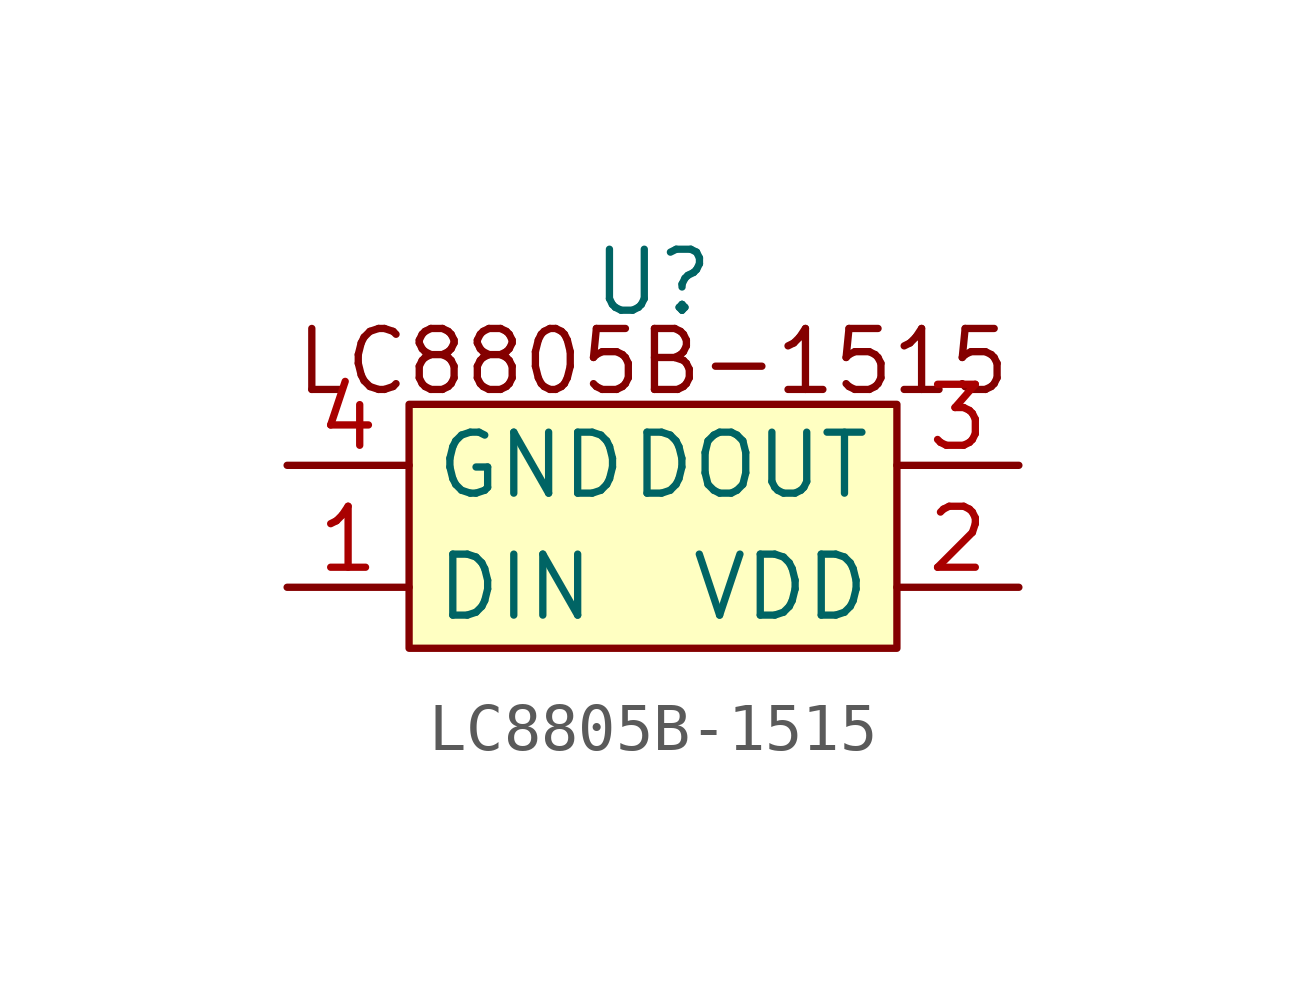
<source format=kicad_sym>
(kicad_symbol_lib
  (version 20220914)
  (generator kicad_symbol_editor)
  (symbol "LC8805B-1515"
    (property "Reference" "U"
      (at 0 2.54 0)
      (effects (font (size 1.27 1.27))))
    (property "Value" ""
      (at 0 0 0)
      (effects (font (size 1.27 1.27))))
    (symbol "LC8805B-1515_1_1"
      (rectangle (start -5.08 0) (end 5.08 -5.08) (stroke (width 0) (type default) (color 132 0 0 1)) (fill (type background)))
      (text "LC8805B-1515" (at 0 0.89 0) (effects (font (size 1.27 1.27))))
      (pin input line (at -7.62 -3.81 0) (length 2.54) (name "DIN" (effects (font (size 1.27 1.27)))) (number "1" (effects (font (size 1.27 1.27)))))
      (pin input line (at 7.62 -3.81 180) (length 2.54) (name "VDD" (effects (font (size 1.27 1.27)))) (number "2" (effects (font (size 1.27 1.27)))))
      (pin input line (at 7.62 -1.27 180) (length 2.54) (name "DOUT" (effects (font (size 1.27 1.27)))) (number "3" (effects (font (size 1.27 1.27)))))
      (pin input line (at -7.62 -1.27 0) (length 2.54) (name "GND" (effects (font (size 1.27 1.27)))) (number "4" (effects (font (size 1.27 1.27))))))))
</source>
